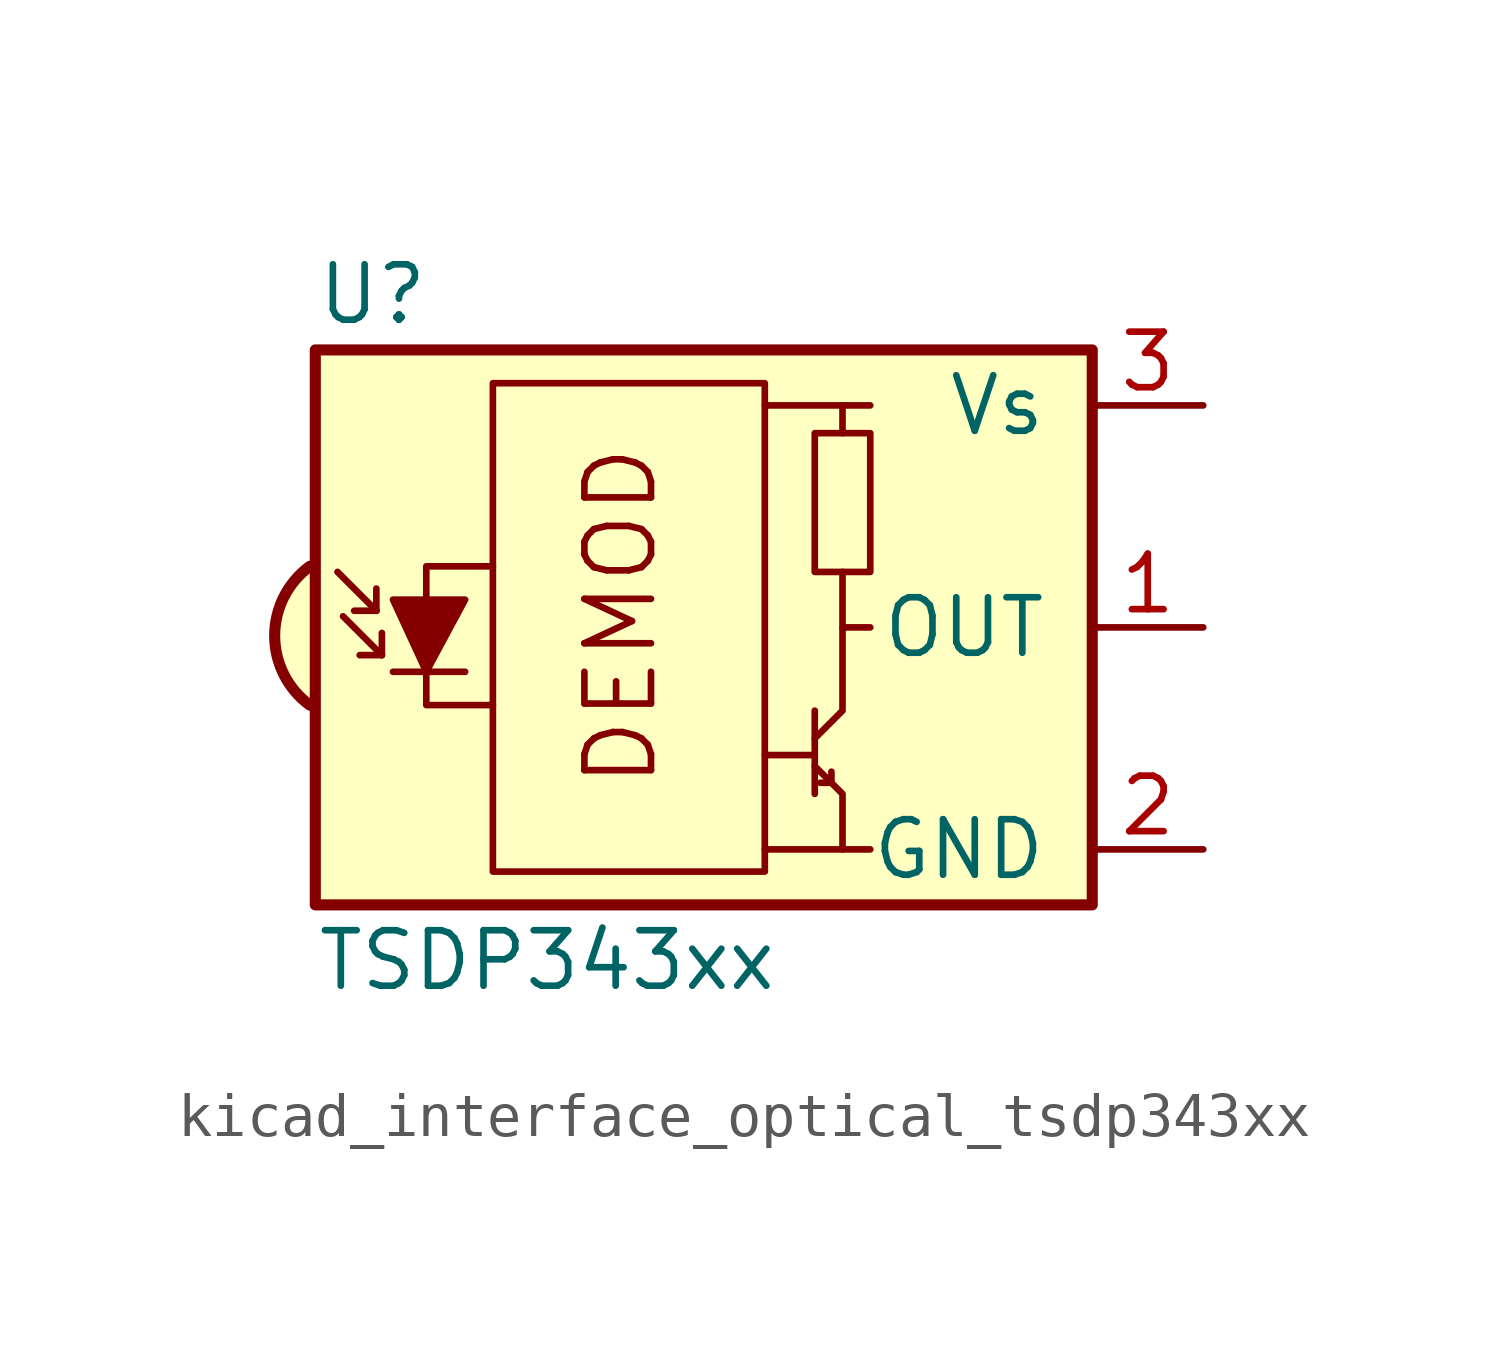
<source format=kicad_sym>
(kicad_symbol_lib
  (version 20220914)
  (generator kicad_symbol_editor)
  (symbol "kicad_interface_optical_tsdp343xx"
    (pin_names
      (offset 1.016))
    (property "Reference" "U"
      (at -10.16 7.62 0)
      (effects (font (size 1.27 1.27)) (justify left)))
    (property "Value" "TSDP343xx"
      (at -10.16 -7.62 0)
      (effects (font (size 1.27 1.27)) (justify left)))
    (symbol "kicad_interface_optical_tsdp343xx_0_0"
      (arc (start -10.287 1.397) (mid -11.0899 -0.1852) (end -10.287 -1.778) (stroke (width 0.254) (type default)) (fill (type background)))
      (polyline (pts (xy 1.905 -5.08) (xy 0.127 -5.08)) (stroke (width 0) (type default)) (fill (type none)))
      (polyline (pts (xy 1.905 5.08) (xy 0.127 5.08)) (stroke (width 0) (type default)) (fill (type none)))
      (text "DEMOD" (at -3.175 0.254 900) (effects (font (size 1.524 1.524)))))
    (symbol "kicad_interface_optical_tsdp343xx_0_1"
      (rectangle (start -6.096 5.588) (end 0.127 -5.588) (stroke (width 0) (type default)) (fill (type none)))
      (polyline (pts (xy -8.763 0.381) (xy -9.652 1.27)) (stroke (width 0) (type default)) (fill (type none)))
      (polyline (pts (xy -8.763 0.381) (xy -9.271 0.381)) (stroke (width 0) (type default)) (fill (type none)))
      (polyline (pts (xy -8.763 0.381) (xy -8.763 0.889)) (stroke (width 0) (type default)) (fill (type none)))
      (polyline (pts (xy -8.636 -0.635) (xy -9.525 0.254)) (stroke (width 0) (type default)) (fill (type none)))
      (polyline (pts (xy -8.636 -0.635) (xy -9.144 -0.635)) (stroke (width 0) (type default)) (fill (type none)))
      (polyline (pts (xy -8.636 -0.635) (xy -8.636 -0.127)) (stroke (width 0) (type default)) (fill (type none)))
      (polyline (pts (xy -8.382 -1.016) (xy -6.731 -1.016)) (stroke (width 0) (type default)) (fill (type none)))
      (polyline (pts (xy 1.27 -2.921) (xy 0.127 -2.921)) (stroke (width 0) (type default)) (fill (type none)))
      (polyline (pts (xy 1.27 -1.905) (xy 1.27 -3.81)) (stroke (width 0) (type default)) (fill (type none)))
      (polyline (pts (xy 1.397 -3.556) (xy 1.524 -3.556)) (stroke (width 0) (type default)) (fill (type none)))
      (polyline (pts (xy 1.651 -3.556) (xy 1.524 -3.556)) (stroke (width 0) (type default)) (fill (type none)))
      (polyline (pts (xy 1.651 -3.556) (xy 1.651 -3.302)) (stroke (width 0) (type default)) (fill (type none)))
      (polyline (pts (xy 1.905 0) (xy 1.905 1.27)) (stroke (width 0) (type default)) (fill (type none)))
      (polyline (pts (xy 1.905 4.445) (xy 1.905 5.08) (xy 2.54 5.08)) (stroke (width 0) (type default)) (fill (type none)))
      (polyline (pts (xy -8.382 0.635) (xy -6.731 0.635) (xy -7.62 -1.016) (xy -8.382 0.635)) (stroke (width 0) (type default)) (fill (type outline)))
      (polyline (pts (xy -6.096 1.397) (xy -7.62 1.397) (xy -7.62 -1.778) (xy -6.096 -1.778)) (stroke (width 0) (type default)) (fill (type none)))
      (polyline (pts (xy 1.27 -3.175) (xy 1.905 -3.81) (xy 1.905 -5.08) (xy 2.54 -5.08)) (stroke (width 0) (type default)) (fill (type none)))
      (polyline (pts (xy 1.27 -2.54) (xy 1.905 -1.905) (xy 1.905 0) (xy 2.54 0)) (stroke (width 0) (type default)) (fill (type none)))
      (rectangle (start 2.54 1.27) (end 1.27 4.445) (stroke (width 0) (type default)) (fill (type none)))
      (rectangle (start 7.62 6.35) (end -10.16 -6.35) (stroke (width 0.254) (type default)) (fill (type background))))
    (symbol "kicad_interface_optical_tsdp343xx_1_1"
      (pin output line (at 10.16 0 180) (length 2.54) (name "OUT" (effects (font (size 1.27 1.27)))) (number "1" (effects (font (size 1.27 1.27)))))
      (pin power_in line (at 10.16 -5.08 180) (length 2.54) (name "GND" (effects (font (size 1.27 1.27)))) (number "2" (effects (font (size 1.27 1.27)))))
      (pin power_in line (at 10.16 5.08 180) (length 2.54) (name "Vs" (effects (font (size 1.27 1.27)))) (number "3" (effects (font (size 1.27 1.27))))))))
</source>
